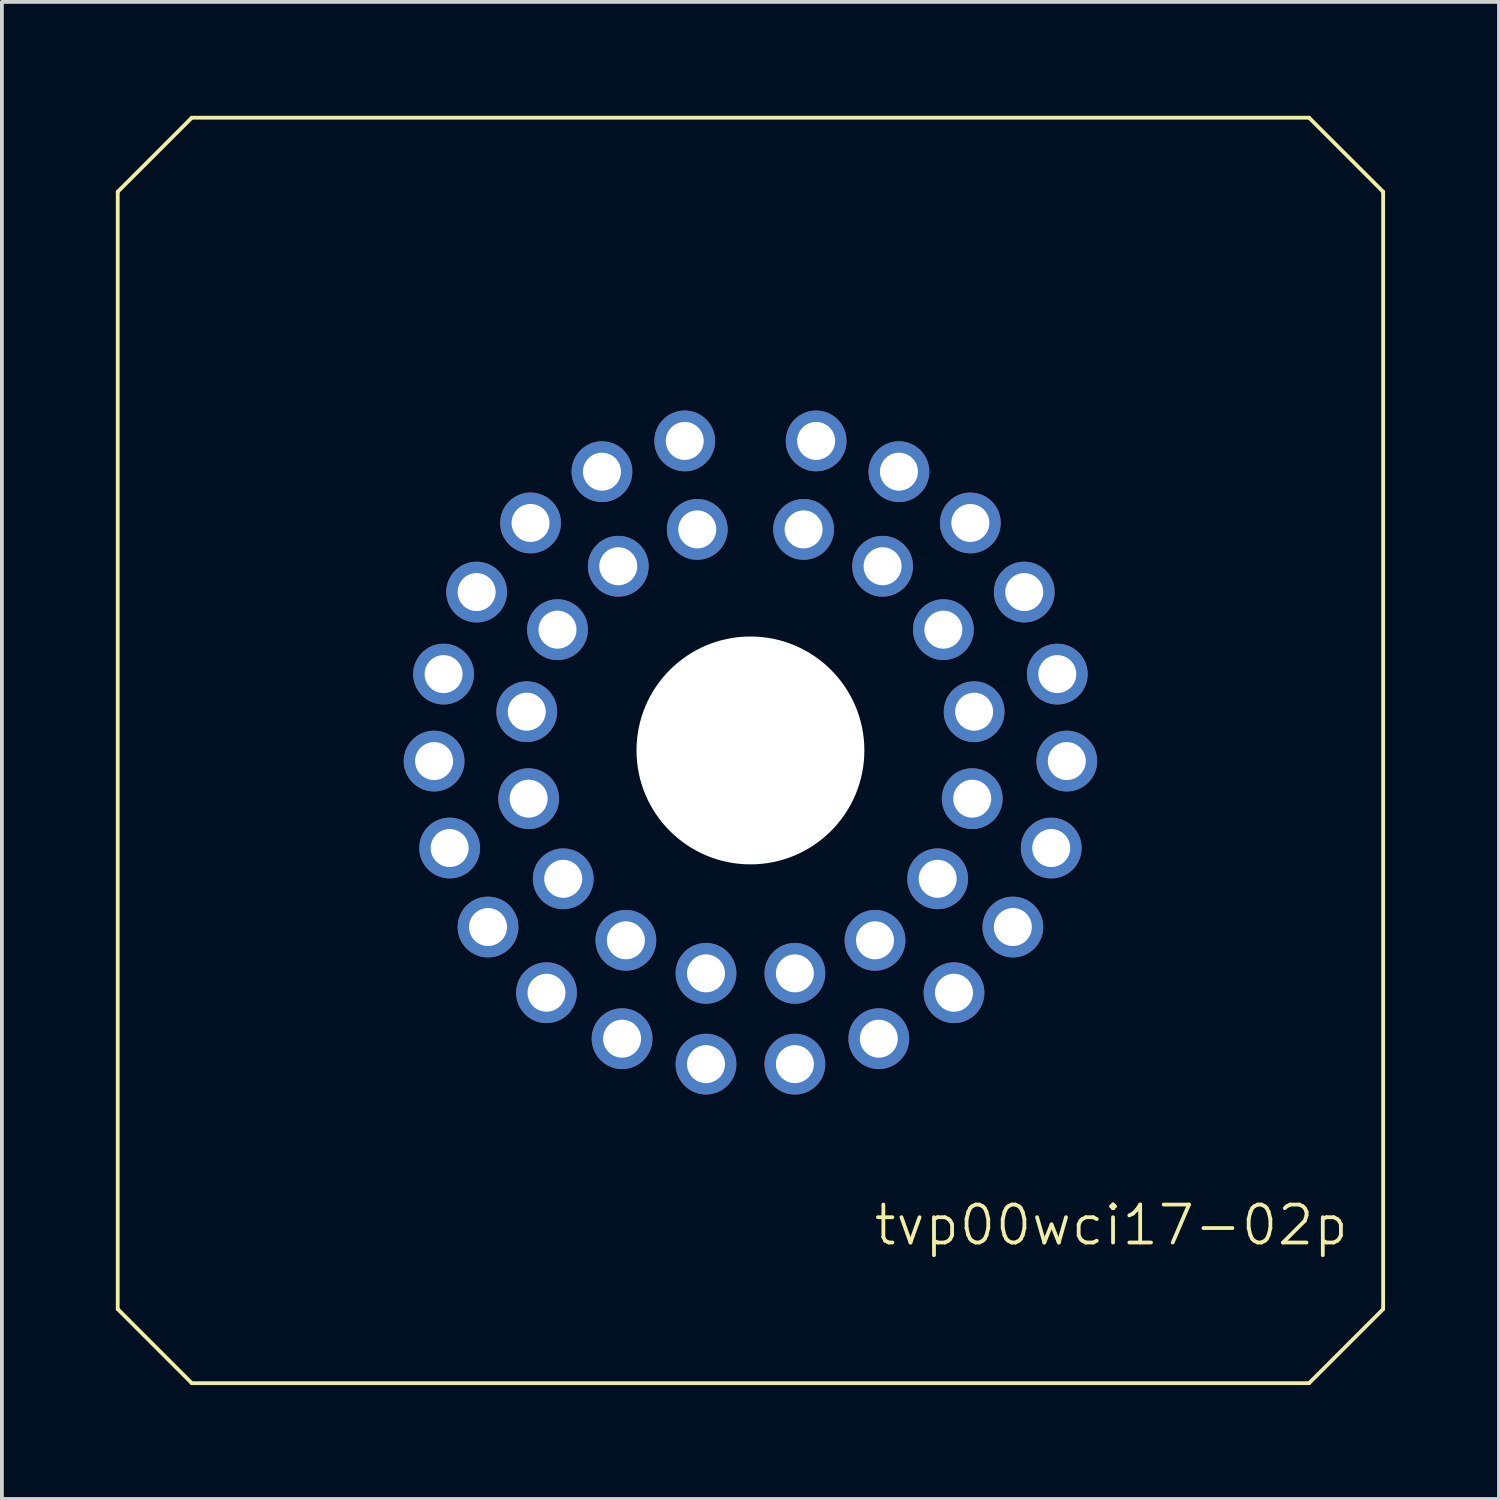
<source format=kicad_pcb>
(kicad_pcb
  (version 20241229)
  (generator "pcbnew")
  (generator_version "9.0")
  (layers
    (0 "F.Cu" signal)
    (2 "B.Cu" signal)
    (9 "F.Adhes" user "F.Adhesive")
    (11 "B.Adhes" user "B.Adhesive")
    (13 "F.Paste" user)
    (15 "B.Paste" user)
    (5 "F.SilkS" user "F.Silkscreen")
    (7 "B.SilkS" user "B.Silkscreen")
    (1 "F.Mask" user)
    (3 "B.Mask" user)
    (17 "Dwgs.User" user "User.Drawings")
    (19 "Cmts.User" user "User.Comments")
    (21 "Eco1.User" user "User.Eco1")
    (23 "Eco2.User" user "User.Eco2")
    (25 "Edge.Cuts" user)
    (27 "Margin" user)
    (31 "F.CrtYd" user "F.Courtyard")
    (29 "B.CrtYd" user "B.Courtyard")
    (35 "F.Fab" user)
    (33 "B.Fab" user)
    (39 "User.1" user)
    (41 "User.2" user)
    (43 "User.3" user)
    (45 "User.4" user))
  (footprint "tvp00wci17-02p"
    (layer "F.Cu")
    (at 16.71 16.71)
    (property "Reference" "tvp00wci17-02p" (at 9.5 12.5 0) (unlocked yes) (layer "F.SilkS") (effects (font (size 1 1) (thickness 0.1))))
    (attr through_hole)
    (fp_line (start -16.66 -14.71) (end -16.66 14.71) (stroke (width 0.1) (type default)) (layer "F.SilkS"))
    (fp_line (start -16.66 -14.71) (end -14.71 -16.66) (stroke (width 0.1) (type default)) (layer "F.SilkS"))
    (fp_line (start -16.66 14.71) (end -14.71 16.66) (stroke (width 0.1) (type default)) (layer "F.SilkS"))
    (fp_line (start 14.71 -16.66) (end -14.71 -16.66) (stroke (width 0.1) (type default)) (layer "F.SilkS"))
    (fp_line (start 14.71 -16.66) (end 16.66 -14.71) (stroke (width 0.1) (type default)) (layer "F.SilkS"))
    (fp_line (start 14.71 16.66) (end -14.71 16.66) (stroke (width 0.1) (type default)) (layer "F.SilkS"))
    (fp_line (start 16.66 14.71) (end 14.71 16.66) (stroke (width 0.1) (type default)) (layer "F.SilkS"))
    (fp_line (start 16.66 14.71) (end 16.66 -14.71) (stroke (width 0.1) (type default)) (layer "F.SilkS"))
    (pad "" np_thru_hole circle (at 0 0) (size 6 6) (drill 9.6) (layers "*.Cu" "*.Mask"))
    (pad "1" thru_hole circle (at -1.17 8.26) (size 1.6 1.6) (drill 1) (layers "*.Cu" "*.Mask"))
    (pad "2" thru_hole circle (at -3.38 7.59) (size 1.6 1.6) (drill 1) (layers "*.Cu" "*.Mask"))
    (pad "3" thru_hole circle (at -5.37 6.38) (size 1.6 1.6) (drill 1) (layers "*.Cu" "*.Mask"))
    (pad "4" thru_hole circle (at -6.91 4.65) (size 1.6 1.6) (drill 1) (layers "*.Cu" "*.Mask"))
    (pad "5" thru_hole circle (at -7.92 2.57) (size 1.6 1.6) (drill 1) (layers "*.Cu" "*.Mask"))
    (pad "6" thru_hole circle (at -8.33 0.28) (size 1.6 1.6) (drill 1) (layers "*.Cu" "*.Mask"))
    (pad "7" thru_hole circle (at -8.08 -2.01) (size 1.6 1.6) (drill 1) (layers "*.Cu" "*.Mask"))
    (pad "8" thru_hole circle (at -7.21 -4.17) (size 1.6 1.6) (drill 1) (layers "*.Cu" "*.Mask"))
    (pad "9" thru_hole circle (at -5.79 -5.99) (size 1.6 1.6) (drill 1) (layers "*.Cu" "*.Mask"))
    (pad "10" thru_hole circle (at -3.91 -7.34) (size 1.6 1.6) (drill 1) (layers "*.Cu" "*.Mask"))
    (pad "11" thru_hole circle (at -1.73 -8.15) (size 1.6 1.6) (drill 1) (layers "*.Cu" "*.Mask"))
    (pad "12" thru_hole circle (at 1.73 -8.15) (size 1.6 1.6) (drill 1) (layers "*.Cu" "*.Mask"))
    (pad "13" thru_hole circle (at 3.91 -7.34) (size 1.6 1.6) (drill 1) (layers "*.Cu" "*.Mask"))
    (pad "14" thru_hole circle (at 5.79 -5.99) (size 1.6 1.6) (drill 1) (layers "*.Cu" "*.Mask"))
    (pad "15" thru_hole circle (at 7.21 -4.17) (size 1.6 1.6) (drill 1) (layers "*.Cu" "*.Mask"))
    (pad "16" thru_hole circle (at 8.08 -2.01) (size 1.6 1.6) (drill 1) (layers "*.Cu" "*.Mask"))
    (pad "17" thru_hole circle (at 8.33 0.28) (size 1.6 1.6) (drill 1) (layers "*.Cu" "*.Mask"))
    (pad "18" thru_hole circle (at 7.92 2.57) (size 1.6 1.6) (drill 1) (layers "*.Cu" "*.Mask"))
    (pad "19" thru_hole circle (at 6.91 4.65) (size 1.6 1.6) (drill 1) (layers "*.Cu" "*.Mask"))
    (pad "20" thru_hole circle (at 5.36 6.38) (size 1.6 1.6) (drill 1) (layers "*.Cu" "*.Mask"))
    (pad "21" thru_hole circle (at 3.38 7.59) (size 1.6 1.6) (drill 1) (layers "*.Cu" "*.Mask"))
    (pad "22" thru_hole circle (at 1.17 8.26) (size 1.6 1.6) (drill 1) (layers "*.Cu" "*.Mask"))
    (pad "23" thru_hole circle (at -1.17 5.87) (size 1.6 1.6) (drill 1) (layers "*.Cu" "*.Mask"))
    (pad "24" thru_hole circle (at -3.28 5) (size 1.6 1.6) (drill 1) (layers "*.Cu" "*.Mask"))
    (pad "25" thru_hole circle (at -4.93 3.38) (size 1.6 1.6) (drill 1) (layers "*.Cu" "*.Mask"))
    (pad "26" thru_hole circle (at -5.84 1.27) (size 1.6 1.6) (drill 1) (layers "*.Cu" "*.Mask"))
    (pad "27" thru_hole circle (at -5.89 -1.02) (size 1.6 1.6) (drill 1) (layers "*.Cu" "*.Mask"))
    (pad "28" thru_hole circle (at -5.08 -3.18) (size 1.6 1.6) (drill 1) (layers "*.Cu" "*.Mask"))
    (pad "29" thru_hole circle (at -3.48 -4.85) (size 1.6 1.6) (drill 1) (layers "*.Cu" "*.Mask"))
    (pad "30" thru_hole circle (at -1.4 -5.82) (size 1.6 1.6) (drill 1) (layers "*.Cu" "*.Mask"))
    (pad "31" thru_hole circle (at 1.4 -5.82) (size 1.6 1.6) (drill 1) (layers "*.Cu" "*.Mask"))
    (pad "32" thru_hole circle (at 3.48 -4.85) (size 1.6 1.6) (drill 1) (layers "*.Cu" "*.Mask"))
    (pad "33" thru_hole circle (at 5.08 -3.18) (size 1.6 1.6) (drill 1) (layers "*.Cu" "*.Mask"))
    (pad "34" thru_hole circle (at 5.89 -1.02) (size 1.6 1.6) (drill 1) (layers "*.Cu" "*.Mask"))
    (pad "35" thru_hole circle (at 5.84 1.27) (size 1.6 1.6) (drill 1) (layers "*.Cu" "*.Mask"))
    (pad "36" thru_hole circle (at 4.93 3.38) (size 1.6 1.6) (drill 1) (layers "*.Cu" "*.Mask"))
    (pad "37" thru_hole circle (at 3.28 5) (size 1.6 1.6) (drill 1) (layers "*.Cu" "*.Mask"))
    (pad "38" thru_hole circle (at 1.17 5.87) (size 1.6 1.6) (drill 1) (layers "*.Cu" "*.Mask")))
  (gr_rect
    (start -3 -3)
    (end 36.42 36.42)
    (stroke (width 0.1) (type default))
    (fill no)
    (layer "Edge.Cuts")))
</source>
